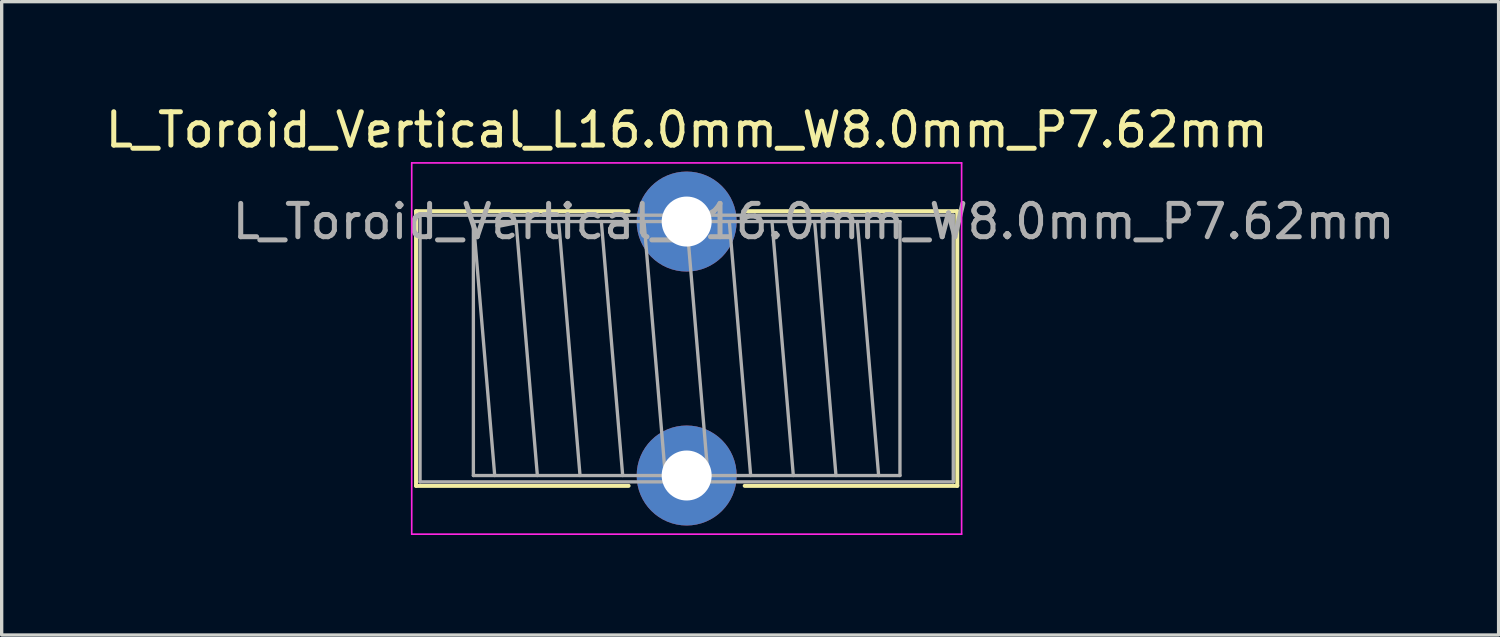
<source format=kicad_pcb>
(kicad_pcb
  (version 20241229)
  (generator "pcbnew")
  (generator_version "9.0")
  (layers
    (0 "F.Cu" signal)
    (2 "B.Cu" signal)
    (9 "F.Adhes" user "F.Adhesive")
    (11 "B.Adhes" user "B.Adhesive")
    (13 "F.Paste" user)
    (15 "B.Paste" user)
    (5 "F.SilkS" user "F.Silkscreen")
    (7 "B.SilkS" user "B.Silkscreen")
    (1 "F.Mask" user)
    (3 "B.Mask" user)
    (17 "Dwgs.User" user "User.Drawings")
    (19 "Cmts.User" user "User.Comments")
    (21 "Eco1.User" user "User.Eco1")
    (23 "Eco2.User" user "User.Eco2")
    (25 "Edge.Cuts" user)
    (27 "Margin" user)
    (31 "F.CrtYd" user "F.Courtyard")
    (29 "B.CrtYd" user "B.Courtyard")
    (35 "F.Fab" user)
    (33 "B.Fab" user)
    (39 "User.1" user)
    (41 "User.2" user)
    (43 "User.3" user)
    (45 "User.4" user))
  (footprint "L_Toroid_Vertical_L16.0mm_W8.0mm_P7.62mm"
    (layer "F.Cu")
    (at 17.554 3.598)
    (property "Reference" "L_Toroid_Vertical_L16.0mm_W8.0mm_P7.62mm" (at 0 -2.75 0) (layer "F.SilkS") (effects (font (size 1 1) (thickness 0.15))))
    (attr through_hole)
    (fp_line (start -8.12 -0.31) (end -8.12 7.93) (stroke (width 0.12) (type solid)) (layer "F.SilkS"))
    (fp_line (start -8.12 -0.31) (end -1.742 -0.31) (stroke (width 0.12) (type solid)) (layer "F.SilkS"))
    (fp_line (start -8.12 7.93) (end -1.742 7.93) (stroke (width 0.12) (type solid)) (layer "F.SilkS"))
    (fp_line (start 1.742 -0.31) (end 8.12 -0.31) (stroke (width 0.12) (type solid)) (layer "F.SilkS"))
    (fp_line (start 1.742 7.93) (end 8.12 7.93) (stroke (width 0.12) (type solid)) (layer "F.SilkS"))
    (fp_line (start 8.12 -0.31) (end 8.12 7.93) (stroke (width 0.12) (type solid)) (layer "F.SilkS"))
    (fp_line (start -8.25 -1.76) (end -8.25 9.38) (stroke (width 0.05) (type solid)) (layer "F.CrtYd"))
    (fp_line (start -8.25 9.38) (end 8.25 9.38) (stroke (width 0.05) (type solid)) (layer "F.CrtYd"))
    (fp_line (start 8.25 -1.76) (end -8.25 -1.76) (stroke (width 0.05) (type solid)) (layer "F.CrtYd"))
    (fp_line (start 8.25 9.38) (end 8.25 -1.76) (stroke (width 0.05) (type solid)) (layer "F.CrtYd"))
    (fp_line (start -8 -0.19) (end -8 7.81) (stroke (width 0.1) (type solid)) (layer "F.Fab"))
    (fp_line (start -8 7.81) (end 8 7.81) (stroke (width 0.1) (type solid)) (layer "F.Fab"))
    (fp_line (start -6.4 0) (end -6.4 7.62) (stroke (width 0.1) (type solid)) (layer "F.Fab"))
    (fp_line (start -6.4 0) (end -5.76 7.62) (stroke (width 0.1) (type solid)) (layer "F.Fab"))
    (fp_line (start -6.4 7.62) (end 6.4 7.62) (stroke (width 0.1) (type solid)) (layer "F.Fab"))
    (fp_line (start -5.12 0) (end -4.48 7.62) (stroke (width 0.1) (type solid)) (layer "F.Fab"))
    (fp_line (start -3.84 0) (end -3.2 7.62) (stroke (width 0.1) (type solid)) (layer "F.Fab"))
    (fp_line (start -2.56 0) (end -1.92 7.62) (stroke (width 0.1) (type solid)) (layer "F.Fab"))
    (fp_line (start -1.28 0) (end -0.64 7.62) (stroke (width 0.1) (type solid)) (layer "F.Fab"))
    (fp_line (start 0 0) (end 0.64 7.62) (stroke (width 0.1) (type solid)) (layer "F.Fab"))
    (fp_line (start 1.28 0) (end 1.92 7.62) (stroke (width 0.1) (type solid)) (layer "F.Fab"))
    (fp_line (start 2.56 0) (end 3.2 7.62) (stroke (width 0.1) (type solid)) (layer "F.Fab"))
    (fp_line (start 3.84 0) (end 4.48 7.62) (stroke (width 0.1) (type solid)) (layer "F.Fab"))
    (fp_line (start 5.12 0) (end 5.76 7.62) (stroke (width 0.1) (type solid)) (layer "F.Fab"))
    (fp_line (start 6.4 0) (end -6.4 0) (stroke (width 0.1) (type solid)) (layer "F.Fab"))
    (fp_line (start 6.4 7.62) (end 6.4 0) (stroke (width 0.1) (type solid)) (layer "F.Fab"))
    (fp_line (start 8 -0.19) (end -8 -0.19) (stroke (width 0.1) (type solid)) (layer "F.Fab"))
    (fp_line (start 8 7.81) (end 8 -0.19) (stroke (width 0.1) (type solid)) (layer "F.Fab"))
    (fp_text user "${REFERENCE}" (at 3.81 0 0) (layer "F.Fab") (effects (font (size 1 1) (thickness 0.15))))
    (pad "1" thru_hole circle (at 0 0) (size 3 3) (drill 1.5) (layers "*.Cu" "*.Mask"))
    (pad "2" thru_hole circle (at 0 7.62) (size 3 3) (drill 1.5) (layers "*.Cu" "*.Mask")))
  (gr_rect
    (start -3 -3)
    (end 41.917 16.003)
    (stroke (width 0.1) (type default))
    (fill no)
    (layer "Edge.Cuts")))
</source>
